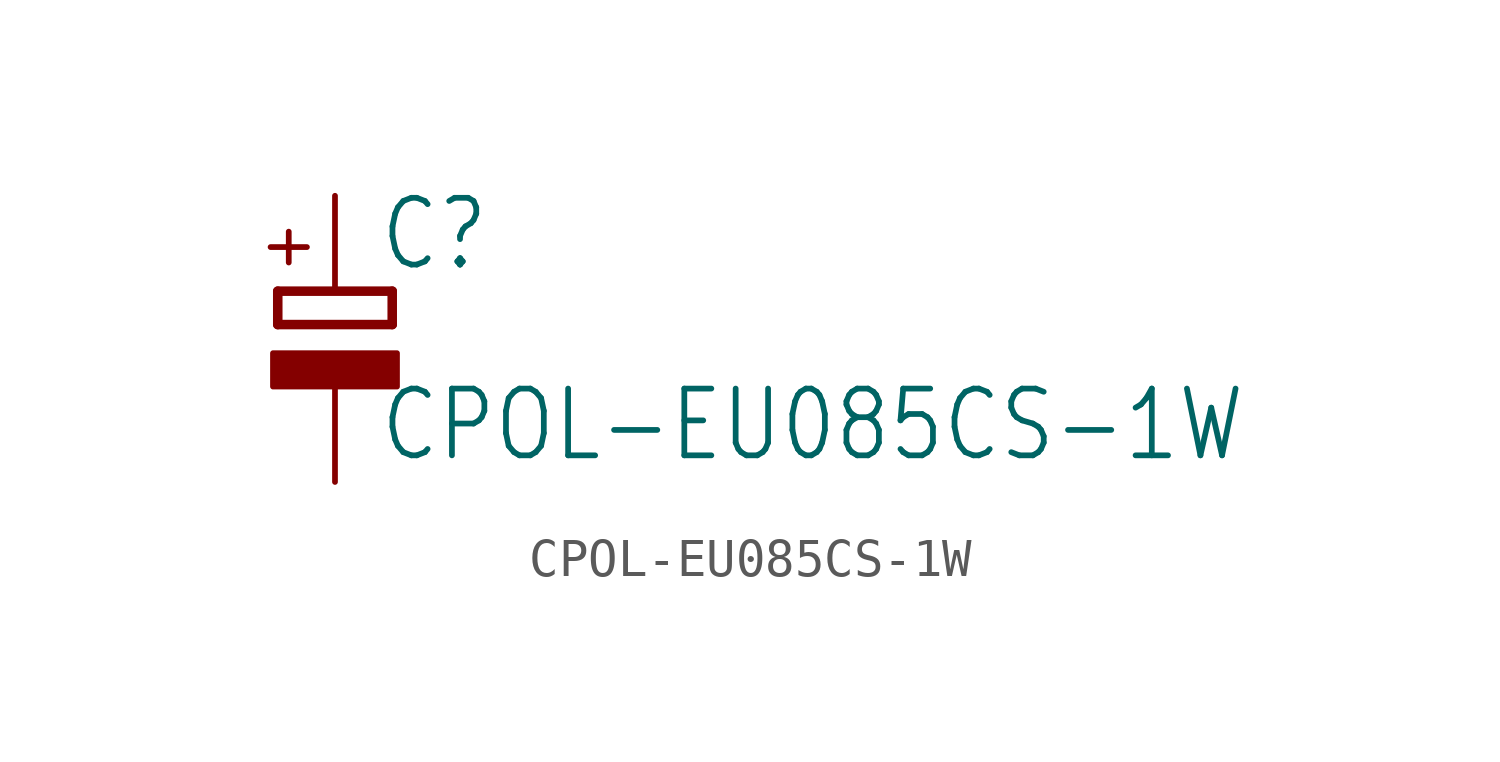
<source format=kicad_sym>
(kicad_symbol_lib
  (version 20211014)
  (generator kicad_symbol_editor)
  (symbol "CPOL-EU085CS-1W"
    (property "Reference" "C"
      (at 1.143 0.483 0)
      (effects (font (size 1.778 1.511)) (justify left bottom)))
    (property "Value" "CPOL-EU085CS-1W"
      (at 1.143 -4.597 0)
      (effects (font (size 1.778 1.511)) (justify left bottom)))
    (property "ki_locked" ""
      (at 0 0 0)
      (effects (font (size 1.27 1.27))))
    (symbol "CPOL-EU085CS-1W_1_0"
      (rectangle (start -1.651 -2.54) (end 1.651 -1.651) (stroke (width 0) (type default) (color 0 0 0 0)) (fill (type outline)))
      (polyline (pts (xy -1.524 -0.889) (xy 1.524 -0.889)) (stroke (width 0.254) (type default) (color 0 0 0 0)) (fill (type none)))
      (polyline (pts (xy -1.524 0) (xy -1.524 -0.889)) (stroke (width 0.254) (type default) (color 0 0 0 0)) (fill (type none)))
      (polyline (pts (xy -1.524 0) (xy 1.524 0)) (stroke (width 0.254) (type default) (color 0 0 0 0)) (fill (type none)))
      (polyline (pts (xy 1.524 -0.889) (xy 1.524 0)) (stroke (width 0.254) (type default) (color 0 0 0 0)) (fill (type none)))
      (text "+" (at -0.584 0.406 900) (effects (font (size 1.27 1.079)) (justify left bottom)))
      (pin passive line (at 0 2.54 270) (length 2.54) (name "+" (effects (font (size 0 0)))) (number "+" (effects (font (size 0 0)))))
      (pin passive line (at 0 -5.08 90) (length 2.54) (name "-" (effects (font (size 0 0)))) (number "-" (effects (font (size 0 0))))))))
</source>
